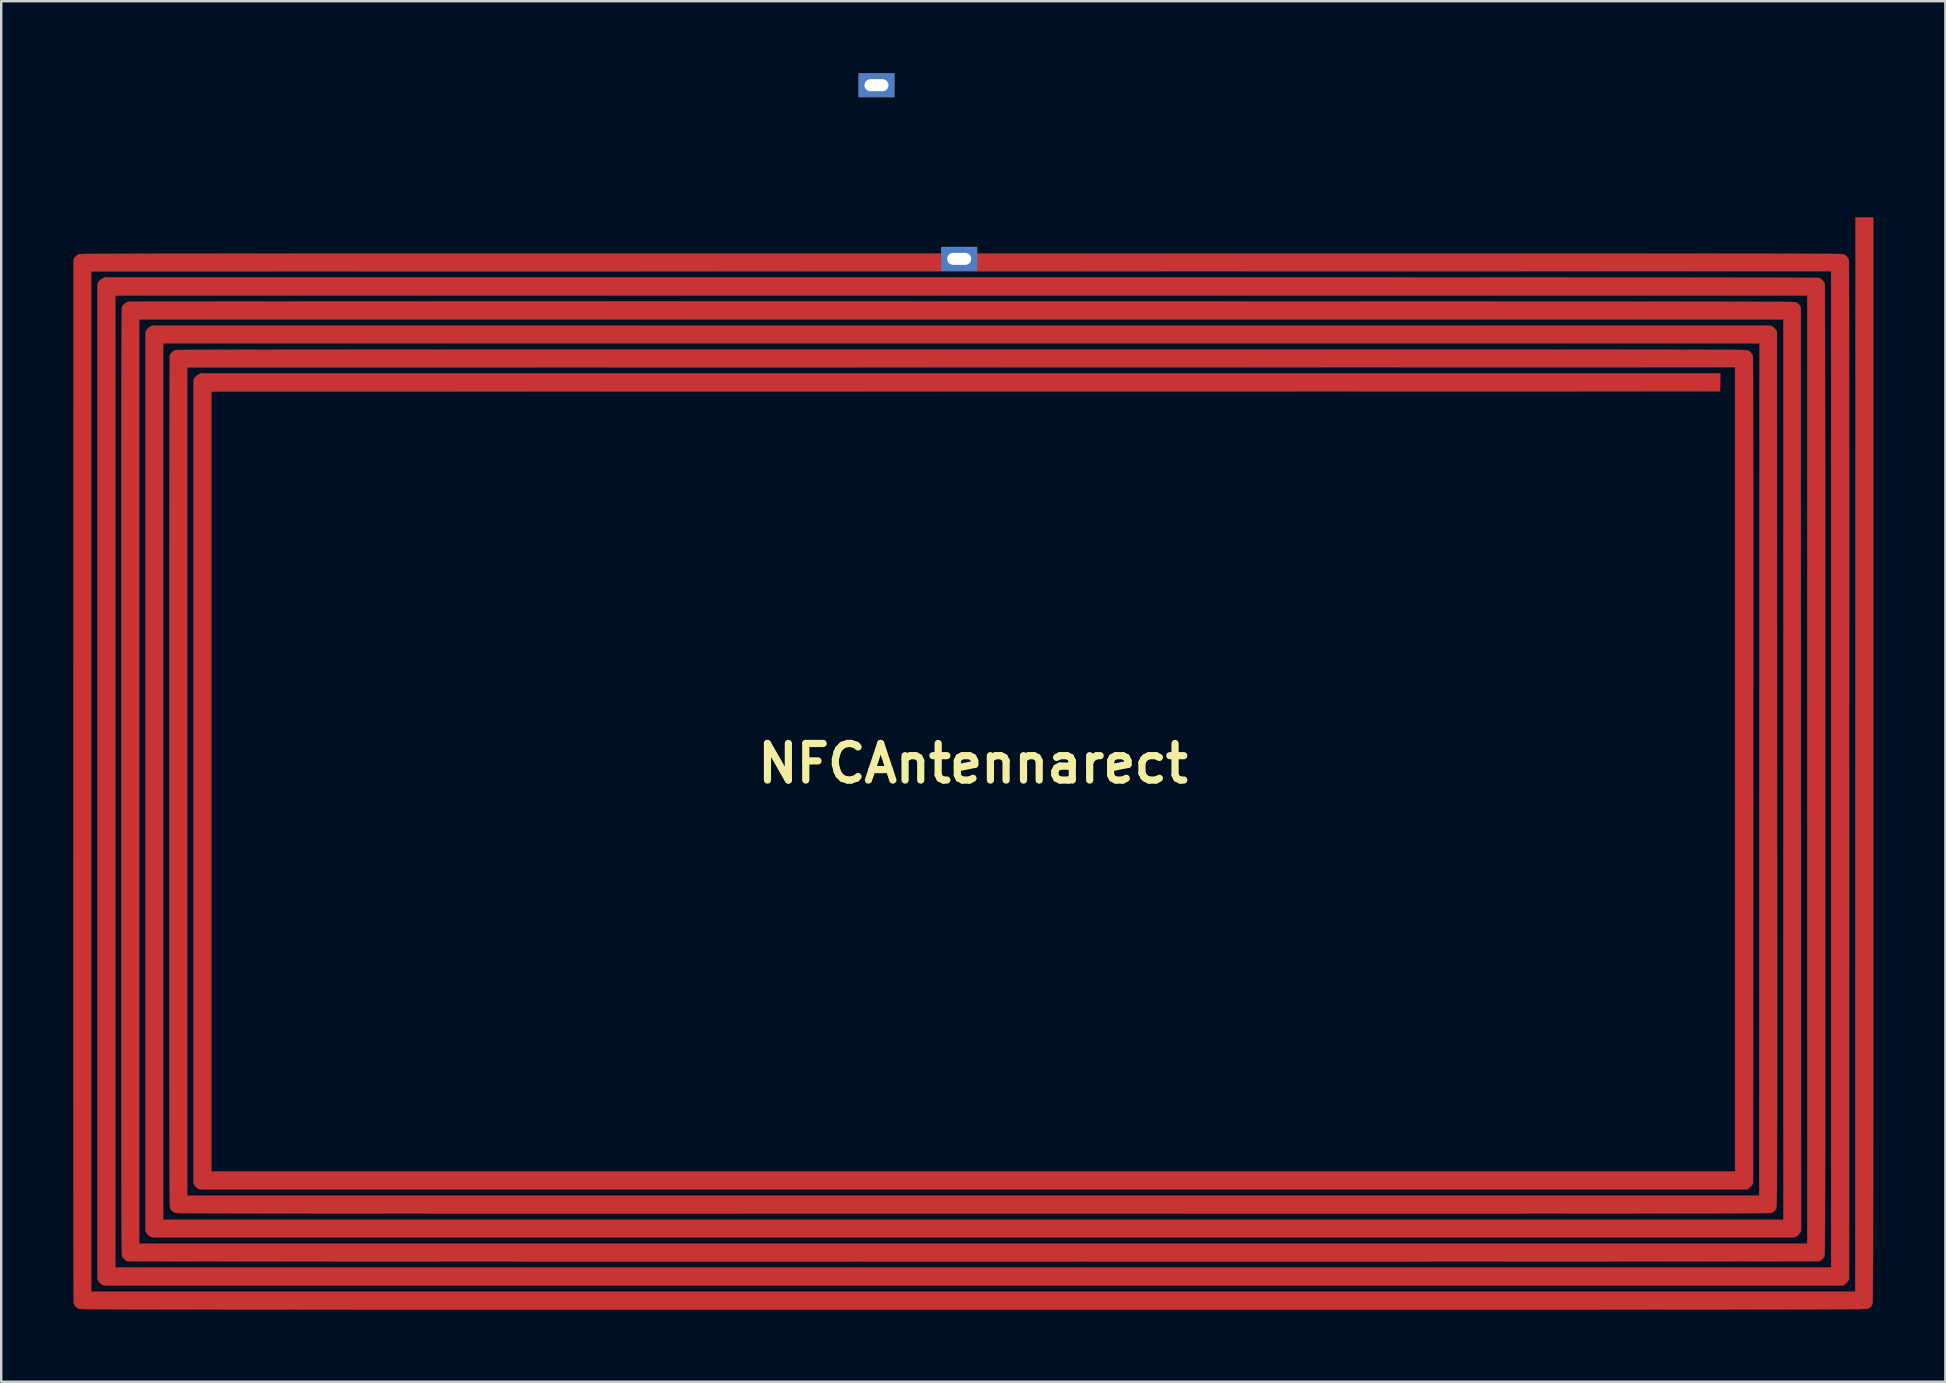
<source format=kicad_pcb>
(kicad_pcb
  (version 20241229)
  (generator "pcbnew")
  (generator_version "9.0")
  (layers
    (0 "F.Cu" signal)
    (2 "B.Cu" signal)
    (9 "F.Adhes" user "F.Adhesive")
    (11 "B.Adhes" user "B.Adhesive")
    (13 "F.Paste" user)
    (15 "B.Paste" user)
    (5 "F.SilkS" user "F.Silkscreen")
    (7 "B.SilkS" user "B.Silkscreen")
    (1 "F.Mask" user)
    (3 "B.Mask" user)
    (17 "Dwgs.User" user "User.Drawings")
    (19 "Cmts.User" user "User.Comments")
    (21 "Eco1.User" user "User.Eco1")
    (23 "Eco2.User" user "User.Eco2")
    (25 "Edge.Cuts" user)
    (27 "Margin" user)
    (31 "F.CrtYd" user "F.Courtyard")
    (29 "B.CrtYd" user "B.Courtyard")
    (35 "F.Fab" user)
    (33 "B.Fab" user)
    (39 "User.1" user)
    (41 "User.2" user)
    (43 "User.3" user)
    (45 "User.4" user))
  (footprint "NFCAntennarect"
    (layer "F.Cu")
    (at 37.488 28.76)
    (property "Reference" "NFCAntennarect" (at 0 0 0) (layer "F.SilkS") (effects (font (size 1.524 1.524) (thickness 0.3))))
    (attr through_hole)
    (fp_poly (pts (xy 37.507 -0.158) (xy 37.507 1.027) (xy 37.507 2.17) (xy 37.507 3.273) (xy 37.507 4.335) (xy 37.507 5.358) (xy 37.507 6.342) (xy 37.507 7.288) (xy 37.507 8.198) (xy 37.507 9.07) (xy 37.507 9.907) (xy 37.507 10.709) (xy 37.506 11.477) (xy 37.506 12.211) (xy 37.506 12.912) (xy 37.506 13.582) (xy 37.506 14.22) (xy 37.505 14.827) (xy 37.505 15.405) (xy 37.505 15.953) (xy 37.504 16.473) (xy 37.504 16.965) (xy 37.504 17.431) (xy 37.503 17.87) (xy 37.503 18.284) (xy 37.502 18.673) (xy 37.502 19.038) (xy 37.501 19.38) (xy 37.5 19.699) (xy 37.5 19.997) (xy 37.499 20.273) (xy 37.498 20.53) (xy 37.498 20.766) (xy 37.497 20.984) (xy 37.496 21.184) (xy 37.495 21.366) (xy 37.494 21.531) (xy 37.493 21.681) (xy 37.492 21.816) (xy 37.491 21.936) (xy 37.49 22.042) (xy 37.489 22.136) (xy 37.487 22.217) (xy 37.486 22.286) (xy 37.485 22.345) (xy 37.483 22.394) (xy 37.482 22.434) (xy 37.48 22.465) (xy 37.479 22.488) (xy 37.477 22.504) (xy 37.476 22.513) (xy 37.475 22.516) (xy 37.426 22.607) (xy 37.362 22.671) (xy 37.285 22.714) (xy 37.281 22.716) (xy 37.275 22.717) (xy 37.266 22.719) (xy 37.255 22.72) (xy 37.239 22.722) (xy 37.22 22.723) (xy 37.196 22.725) (xy 37.166 22.726) (xy 37.13 22.727) (xy 37.088 22.728) (xy 37.039 22.729) (xy 36.982 22.731) (xy 36.917 22.732) (xy 36.842 22.733) (xy 36.759 22.734) (xy 36.665 22.735) (xy 36.561 22.736) (xy 36.445 22.737) (xy 36.318 22.738) (xy 36.178 22.738) (xy 36.025 22.739) (xy 35.859 22.74) (xy 35.679 22.741) (xy 35.484 22.742) (xy 35.273 22.742) (xy 35.047 22.743) (xy 34.804 22.744) (xy 34.545 22.744) (xy 34.267 22.745) (xy 33.972 22.745) (xy 33.657 22.746) (xy 33.323 22.746) (xy 32.97 22.747) (xy 32.595 22.747) (xy 32.2 22.748) (xy 31.783 22.748) (xy 31.343 22.749) (xy 30.881 22.749) (xy 30.395 22.749) (xy 29.885 22.75) (xy 29.351 22.75) (xy 28.791 22.75) (xy 28.205 22.751) (xy 27.593 22.751) (xy 26.954 22.751) (xy 26.288 22.751) (xy 25.593 22.752) (xy 24.87 22.752) (xy 24.117 22.752) (xy 23.335 22.752) (xy 22.522 22.752) (xy 21.678 22.752) (xy 20.802 22.752) (xy 19.894 22.753) (xy 18.954 22.753) (xy 17.979 22.753) (xy 16.971 22.753) (xy 15.929 22.753) (xy 14.851 22.753) (xy 13.737 22.753) (xy 12.588 22.753) (xy 11.401 22.753) (xy 10.177 22.753) (xy 8.915 22.753) (xy 7.614 22.753) (xy 6.274 22.753) (xy 4.894 22.753) (xy 3.473 22.753) (xy 2.012 22.753) (xy 0.509 22.753) (xy 0.011 22.753) (xy -1.506 22.753) (xy -2.98 22.753) (xy -4.414 22.753) (xy -5.807 22.753) (xy -7.159 22.753) (xy -8.473 22.753) (xy -9.748 22.753) (xy -10.984 22.753) (xy -12.183 22.753) (xy -13.344 22.753) (xy -14.469 22.753) (xy -15.559 22.753) (xy -16.612 22.753) (xy -17.632 22.753) (xy -18.617 22.753) (xy -19.568 22.753) (xy -20.486 22.753) (xy -21.372 22.752) (xy -22.226 22.752) (xy -23.049 22.752) (xy -23.842 22.752) (xy -24.604 22.752) (xy -25.337 22.752) (xy -26.04 22.751) (xy -26.716 22.751) (xy -27.364 22.751) (xy -27.984 22.751) (xy -28.578 22.75) (xy -29.146 22.75) (xy -29.689 22.75) (xy -30.207 22.75) (xy -30.7 22.749) (xy -31.17 22.749) (xy -31.617 22.748) (xy -32.041 22.748) (xy -32.444 22.748) (xy -32.825 22.747) (xy -33.185 22.747) (xy -33.525 22.746) (xy -33.846 22.746) (xy -34.148 22.745) (xy -34.431 22.744) (xy -34.697 22.744) (xy -34.945 22.743) (xy -35.176 22.743) (xy -35.392 22.742) (xy -35.592 22.741) (xy -35.777 22.74) (xy -35.948 22.74) (xy -36.105 22.739) (xy -36.249 22.738) (xy -36.381 22.737) (xy -36.5 22.736) (xy -36.608 22.735) (xy -36.705 22.734) (xy -36.792 22.733) (xy -36.87 22.732) (xy -36.938 22.731) (xy -36.998 22.73) (xy -37.05 22.729) (xy -37.094 22.728) (xy -37.132 22.726) (xy -37.164 22.725) (xy -37.19 22.724) (xy -37.211 22.722) (xy -37.228 22.721) (xy -37.241 22.72) (xy -37.251 22.718) (xy -37.258 22.716) (xy -37.263 22.715) (xy -37.266 22.714) (xy -37.368 22.646) (xy -37.44 22.549) (xy -37.466 22.481) (xy -37.467 22.46) (xy -37.468 22.403) (xy -37.47 22.312) (xy -37.471 22.185) (xy -37.472 22.024) (xy -37.473 21.826) (xy -37.474 21.593) (xy -37.475 21.324) (xy -37.476 21.019) (xy -37.477 20.677) (xy -37.477 20.299) (xy -37.478 19.883) (xy -37.479 19.431) (xy -37.479 18.941) (xy -37.48 18.413) (xy -37.481 17.848) (xy -37.481 17.244) (xy -37.481 16.602) (xy -37.482 15.922) (xy -37.482 15.203) (xy -37.482 14.444) (xy -37.483 13.647) (xy -37.483 12.81) (xy -37.483 11.933) (xy -37.483 11.016) (xy -37.483 10.059) (xy -37.483 9.062) (xy -37.483 8.023) (xy -37.483 6.945) (xy -37.483 5.824) (xy -37.483 4.663) (xy -37.482 3.46) (xy -37.482 2.215) (xy -37.482 0.928) (xy -37.482 0.695) (xy -37.476 -21.015) (xy -37.411 -21.096) (xy -37.355 -21.154) (xy -37.293 -21.203) (xy -37.273 -21.214) (xy -37.269 -21.216) (xy -37.262 -21.217) (xy -37.251 -21.219) (xy -37.237 -21.22) (xy -37.218 -21.221) (xy -37.194 -21.223) (xy -37.164 -21.224) (xy -37.128 -21.225) (xy -37.085 -21.226) (xy -37.034 -21.228) (xy -36.975 -21.229) (xy -36.908 -21.23) (xy -36.832 -21.231) (xy -36.745 -21.232) (xy -36.648 -21.233) (xy -36.541 -21.234) (xy -36.421 -21.235) (xy -36.29 -21.236) (xy -36.145 -21.237) (xy -35.987 -21.237) (xy -35.816 -21.238) (xy -35.63 -21.239) (xy -35.428 -21.24) (xy -35.211 -21.24) (xy -34.978 -21.241) (xy -34.728 -21.242) (xy -34.461 -21.242) (xy -34.175 -21.243) (xy -33.871 -21.243) (xy -33.547 -21.244) (xy -33.204 -21.244) (xy -32.841 -21.245) (xy -32.456 -21.245) (xy -32.05 -21.246) (xy -31.622 -21.246) (xy -31.171 -21.247) (xy -30.697 -21.247) (xy -30.199 -21.247) (xy -29.676 -21.248) (xy -29.128 -21.248) (xy -28.555 -21.248) (xy -27.956 -21.249) (xy -27.329 -21.249) (xy -26.675 -21.249) (xy -25.994 -21.249) (xy -25.283 -21.25) (xy -24.544 -21.25) (xy -23.775 -21.25) (xy -22.975 -21.25) (xy -22.145 -21.25) (xy -21.283 -21.25) (xy -20.389 -21.251) (xy -19.462 -21.251) (xy -18.502 -21.251) (xy -17.508 -21.251) (xy -16.48 -21.251) (xy -15.417 -21.251) (xy -14.318 -21.251) (xy -13.183 -21.251) (xy -12.011 -21.251) (xy -10.802 -21.251) (xy -9.554 -21.251) (xy -8.269 -21.251) (xy -6.944 -21.251) (xy -5.579 -21.251) (xy -4.175 -21.251) (xy -2.729 -21.251) (xy -1.242 -21.251) (xy -0.491 -21.251) (xy 1.014 -21.251) (xy 2.478 -21.251) (xy 3.901 -21.251) (xy 5.284 -21.251) (xy 6.626 -21.251) (xy 7.929 -21.251) (xy 9.193 -21.251) (xy 10.419 -21.251) (xy 11.607 -21.251) (xy 12.758 -21.251) (xy 13.873 -21.251) (xy 14.952 -21.251) (xy 15.995 -21.251) (xy 17.004 -21.251) (xy 17.979 -21.251) (xy 18.921 -21.251) (xy 19.829 -21.251) (xy 20.705 -21.251) (xy 21.549 -21.251) (xy 22.362 -21.25) (xy 23.145 -21.25) (xy 23.898 -21.25) (xy 24.621 -21.25) (xy 25.315 -21.25) (xy 25.981 -21.249) (xy 26.62 -21.249) (xy 27.232 -21.249) (xy 27.817 -21.249) (xy 28.376 -21.248) (xy 28.91 -21.248) (xy 29.419 -21.248) (xy 29.904 -21.248) (xy 30.366 -21.247) (xy 30.805 -21.247) (xy 31.221 -21.246) (xy 31.616 -21.246) (xy 31.989 -21.245) (xy 32.342 -21.245) (xy 32.675 -21.245) (xy 32.988 -21.244) (xy 33.283 -21.243) (xy 33.56 -21.243) (xy 33.818 -21.242) (xy 34.06 -21.242) (xy 34.286 -21.241) (xy 34.495 -21.24) (xy 34.689 -21.239) (xy 34.869 -21.239) (xy 35.034 -21.238) (xy 35.186 -21.237) (xy 35.325 -21.236) (xy 35.452 -21.235) (xy 35.567 -21.234) (xy 35.671 -21.233) (xy 35.764 -21.232) (xy 35.847 -21.231) (xy 35.921 -21.23) (xy 35.986 -21.229) (xy 36.043 -21.228) (xy 36.092 -21.227) (xy 36.134 -21.226) (xy 36.17 -21.224) (xy 36.199 -21.223) (xy 36.224 -21.222) (xy 36.244 -21.22) (xy 36.259 -21.219) (xy 36.272 -21.217) (xy 36.281 -21.216) (xy 36.288 -21.214) (xy 36.293 -21.212) (xy 36.297 -21.211) (xy 36.3 -21.21) (xy 36.401 -21.136) (xy 36.469 -21.038) (xy 36.491 -20.976) (xy 36.493 -20.95) (xy 36.494 -20.883) (xy 36.495 -20.773) (xy 36.496 -20.621) (xy 36.497 -20.428) (xy 36.498 -20.192) (xy 36.499 -19.915) (xy 36.5 -19.595) (xy 36.501 -19.234) (xy 36.502 -18.83) (xy 36.503 -18.385) (xy 36.504 -17.897) (xy 36.504 -17.368) (xy 36.505 -16.796) (xy 36.505 -16.183) (xy 36.506 -15.527) (xy 36.506 -14.829) (xy 36.507 -14.089) (xy 36.507 -13.307) (xy 36.508 -12.483) (xy 36.508 -11.616) (xy 36.508 -10.708) (xy 36.508 -9.757) (xy 36.508 -8.764) (xy 36.508 -7.729) (xy 36.508 -6.652) (xy 36.508 -5.532) (xy 36.508 -4.37) (xy 36.508 -3.166) (xy 36.508 -1.919) (xy 36.507 -0.63) (xy 36.507 0.299) (xy 36.502 21.495) (xy 36.453 21.573) (xy 36.401 21.637) (xy 36.337 21.693) (xy 36.326 21.7) (xy 36.248 21.749) (xy -36.227 21.749) (xy -36.305 21.7) (xy -36.369 21.648) (xy -36.425 21.584) (xy -36.432 21.573) (xy -36.481 21.495) (xy -36.481 -19.995) (xy -36.424 -20.081) (xy -36.353 -20.159) (xy -36.274 -20.212) (xy -36.182 -20.256) (xy -0.507 -20.256) (xy 1.193 -20.256) (xy 2.851 -20.256) (xy 4.466 -20.256) (xy 6.039 -20.256) (xy 7.57 -20.256) (xy 9.059 -20.256) (xy 10.506 -20.256) (xy 11.912 -20.256) (xy 13.275 -20.255) (xy 14.597 -20.255) (xy 15.877 -20.255) (xy 17.115 -20.255) (xy 18.312 -20.254) (xy 19.468 -20.254) (xy 20.582 -20.254) (xy 21.654 -20.253) (xy 22.686 -20.253) (xy 23.676 -20.252) (xy 24.625 -20.252) (xy 25.533 -20.251) (xy 26.4 -20.251) (xy 27.226 -20.25) (xy 28.011 -20.25) (xy 28.755 -20.249) (xy 29.458 -20.249) (xy 30.121 -20.248) (xy 30.743 -20.247) (xy 31.325 -20.247) (xy 31.866 -20.246) (xy 32.367 -20.245) (xy 32.827 -20.245) (xy 33.247 -20.244) (xy 33.627 -20.243) (xy 33.967 -20.242) (xy 34.266 -20.241) (xy 34.526 -20.24) (xy 34.745 -20.24) (xy 34.925 -20.239) (xy 35.065 -20.238) (xy 35.165 -20.237) (xy 35.225 -20.236) (xy 35.246 -20.235) (xy 35.316 -20.2) (xy 35.389 -20.138) (xy 35.451 -20.065) (xy 35.489 -19.993) (xy 35.491 -19.987) (xy 35.491 -19.963) (xy 35.492 -19.898) (xy 35.493 -19.793) (xy 35.494 -19.648) (xy 35.494 -19.464) (xy 35.495 -19.242) (xy 35.496 -18.984) (xy 35.496 -18.689) (xy 35.497 -18.36) (xy 35.498 -17.997) (xy 35.498 -17.601) (xy 35.499 -17.172) (xy 35.5 -16.712) (xy 35.5 -16.222) (xy 35.501 -15.702) (xy 35.501 -15.154) (xy 35.502 -14.578) (xy 35.502 -13.976) (xy 35.503 -13.347) (xy 35.503 -12.694) (xy 35.504 -12.017) (xy 35.504 -11.317) (xy 35.504 -10.595) (xy 35.505 -9.852) (xy 35.505 -9.088) (xy 35.506 -8.306) (xy 35.506 -7.504) (xy 35.506 -6.686) (xy 35.506 -5.851) (xy 35.507 -5) (xy 35.507 -4.134) (xy 35.507 -3.255) (xy 35.507 -2.363) (xy 35.507 -1.459) (xy 35.507 -0.543) (xy 35.507 0.275) (xy 35.507 1.389) (xy 35.507 2.461) (xy 35.507 3.493) (xy 35.507 4.485) (xy 35.507 5.437) (xy 35.507 6.351) (xy 35.507 7.227) (xy 35.507 8.067) (xy 35.507 8.871) (xy 35.507 9.639) (xy 35.506 10.373) (xy 35.506 11.073) (xy 35.506 11.741) (xy 35.506 12.376) (xy 35.506 12.98) (xy 35.505 13.554) (xy 35.505 14.098) (xy 35.505 14.612) (xy 35.505 15.099) (xy 35.504 15.559) (xy 35.504 15.992) (xy 35.503 16.399) (xy 35.503 16.781) (xy 35.502 17.139) (xy 35.502 17.474) (xy 35.501 17.786) (xy 35.501 18.076) (xy 35.5 18.345) (xy 35.499 18.594) (xy 35.499 18.823) (xy 35.498 19.034) (xy 35.497 19.227) (xy 35.496 19.403) (xy 35.495 19.562) (xy 35.494 19.707) (xy 35.493 19.836) (xy 35.492 19.951) (xy 35.491 20.054) (xy 35.489 20.144) (xy 35.488 20.222) (xy 35.487 20.29) (xy 35.485 20.347) (xy 35.484 20.396) (xy 35.482 20.436) (xy 35.481 20.468) (xy 35.479 20.494) (xy 35.477 20.513) (xy 35.475 20.528) (xy 35.473 20.537) (xy 35.471 20.544) (xy 35.471 20.545) (xy 35.415 20.621) (xy 35.341 20.687) (xy 35.265 20.732) (xy 35.246 20.738) (xy 35.223 20.739) (xy 35.158 20.739) (xy 35.053 20.74) (xy 34.908 20.74) (xy 34.724 20.741) (xy 34.501 20.742) (xy 34.242 20.742) (xy 33.946 20.743) (xy 33.615 20.743) (xy 33.249 20.744) (xy 32.849 20.744) (xy 32.416 20.745) (xy 31.951 20.745) (xy 31.454 20.746) (xy 30.928 20.746) (xy 30.371 20.746) (xy 29.786 20.747) (xy 29.173 20.747) (xy 28.533 20.748) (xy 27.866 20.748) (xy 27.175 20.748) (xy 26.458 20.749) (xy 25.718 20.749) (xy 24.956 20.749) (xy 24.171 20.75) (xy 23.365 20.75) (xy 22.539 20.75) (xy 21.694 20.751) (xy 20.83 20.751) (xy 19.948 20.751) (xy 19.049 20.751) (xy 18.134 20.752) (xy 17.204 20.752) (xy 16.26 20.752) (xy 15.302 20.752) (xy 14.332 20.752) (xy 13.35 20.753) (xy 12.357 20.753) (xy 11.354 20.753) (xy 10.341 20.753) (xy 9.32 20.753) (xy 8.292 20.753) (xy 7.257 20.753) (xy 6.216 20.753) (xy 5.17 20.753) (xy 4.12 20.754) (xy 3.067 20.754) (xy 2.011 20.754) (xy 0.954 20.754) (xy -0.104 20.754) (xy -1.162 20.754) (xy -2.22 20.754) (xy -3.275 20.754) (xy -4.328 20.754) (xy -5.377 20.753) (xy -6.422 20.753) (xy -7.461 20.753) (xy -8.495 20.753) (xy -9.522 20.753) (xy -10.541 20.753) (xy -11.551 20.753) (xy -12.552 20.753) (xy -13.543 20.753) (xy -14.523 20.752) (xy -15.491 20.752) (xy -16.445 20.752) (xy -17.387 20.752) (xy -18.313 20.752) (xy -19.225 20.751) (xy -20.12 20.751) (xy -20.998 20.751) (xy -21.858 20.751) (xy -22.699 20.75) (xy -23.521 20.75) (xy -24.322 20.75) (xy -25.102 20.749) (xy -25.86 20.749) (xy -26.595 20.749) (xy -27.306 20.748) (xy -27.992 20.748) (xy -28.653 20.748) (xy -29.287 20.747) (xy -29.894 20.747) (xy -30.473 20.746) (xy -31.023 20.746) (xy -31.544 20.745) (xy -32.033 20.745) (xy -32.492 20.745) (xy -32.917 20.744) (xy -33.31 20.744) (xy -33.669 20.743) (xy -33.992 20.743) (xy -34.28 20.742) (xy -34.532 20.741) (xy -34.746 20.741) (xy -34.921 20.74) (xy -35.058 20.74) (xy -35.155 20.739) (xy -35.21 20.739) (xy -35.225 20.738) (xy -35.3 20.701) (xy -35.376 20.639) (xy -35.438 20.565) (xy -35.45 20.545) (xy -35.452 20.54) (xy -35.454 20.531) (xy -35.455 20.518) (xy -35.457 20.501) (xy -35.459 20.477) (xy -35.461 20.447) (xy -35.462 20.409) (xy -35.464 20.363) (xy -35.465 20.308) (xy -35.467 20.243) (xy -35.468 20.168) (xy -35.469 20.081) (xy -35.47 19.983) (xy -35.472 19.871) (xy -35.473 19.745) (xy -35.474 19.605) (xy -35.475 19.449) (xy -35.476 19.277) (xy -35.476 19.088) (xy -35.477 18.882) (xy -35.478 18.656) (xy -35.479 18.412) (xy -35.479 18.147) (xy -35.48 17.861) (xy -35.481 17.554) (xy -35.481 17.224) (xy -35.482 16.87) (xy -35.482 16.492) (xy -35.483 16.09) (xy -35.483 15.661) (xy -35.483 15.206) (xy -35.484 14.724) (xy -35.484 14.213) (xy -35.484 13.674) (xy -35.485 13.104) (xy -35.485 12.504) (xy -35.485 11.873) (xy -35.485 11.21) (xy -35.485 10.513) (xy -35.485 9.783) (xy -35.486 9.018) (xy -35.486 8.218) (xy -35.486 7.382) (xy -35.486 6.509) (xy -35.486 5.598) (xy -35.486 4.648) (xy -35.486 3.66) (xy -35.486 2.631) (xy -35.486 1.561) (xy -35.486 0.751) (xy -35.486 -0.349) (xy -35.486 -1.408) (xy -35.486 -2.426) (xy -35.486 -3.404) (xy -35.486 -4.343) (xy -35.486 -5.244) (xy -35.486 -6.107) (xy -35.486 -6.934) (xy -35.486 -7.724) (xy -35.485 -8.48) (xy -35.485 -9.201) (xy -35.485 -9.888) (xy -35.485 -10.543) (xy -35.485 -11.166) (xy -35.485 -11.757) (xy -35.484 -12.318) (xy -35.484 -12.85) (xy -35.484 -13.353) (xy -35.483 -13.828) (xy -35.483 -14.276) (xy -35.483 -14.697) (xy -35.482 -15.093) (xy -35.482 -15.464) (xy -35.481 -15.812) (xy -35.481 -16.136) (xy -35.48 -16.437) (xy -35.479 -16.717) (xy -35.479 -16.977) (xy -35.478 -17.216) (xy -35.477 -17.436) (xy -35.476 -17.638) (xy -35.475 -17.822) (xy -35.474 -17.99) (xy -35.473 -18.141) (xy -35.472 -18.277) (xy -35.471 -18.399) (xy -35.47 -18.508) (xy -35.469 -18.603) (xy -35.468 -18.687) (xy -35.466 -18.759) (xy -35.465 -18.821) (xy -35.463 -18.873) (xy -35.462 -18.917) (xy -35.46 -18.953) (xy -35.459 -18.981) (xy -35.457 -19.003) (xy -35.455 -19.019) (xy -35.453 -19.031) (xy -35.451 -19.039) (xy -35.45 -19.042) (xy -35.379 -19.134) (xy -35.284 -19.206) (xy -35.202 -19.24) (xy -35.18 -19.241) (xy -35.121 -19.242) (xy -35.025 -19.243) (xy -34.892 -19.244) (xy -34.722 -19.245) (xy -34.515 -19.246) (xy -34.27 -19.247) (xy -33.988 -19.247) (xy -33.668 -19.248) (xy -33.31 -19.249) (xy -32.914 -19.25) (xy -32.48 -19.25) (xy -32.008 -19.251) (xy -31.497 -19.252) (xy -30.948 -19.252) (xy -30.36 -19.253) (xy -29.734 -19.253) (xy -29.069 -19.254) (xy -28.364 -19.254) (xy -27.621 -19.255) (xy -26.838 -19.255) (xy -26.015 -19.255) (xy -25.153 -19.256) (xy -24.252 -19.256) (xy -23.31 -19.256) (xy -22.329 -19.257) (xy -21.307 -19.257) (xy -20.245 -19.257) (xy -19.143 -19.257) (xy -18 -19.257) (xy -16.816 -19.257) (xy -15.592 -19.257) (xy -14.327 -19.258) (xy -13.021 -19.258) (xy -11.673 -19.257) (xy -10.284 -19.257) (xy -8.854 -19.257) (xy -7.382 -19.257) (xy -5.868 -19.257) (xy -4.313 -19.257) (xy -2.715 -19.257) (xy -1.076 -19.256) (xy -0.442 -19.256) (xy 1.023 -19.256) (xy 2.446 -19.256) (xy 3.828 -19.256) (xy 5.17 -19.256) (xy 6.471 -19.255) (xy 7.734 -19.255) (xy 8.957 -19.255) (xy 10.143 -19.255) (xy 11.291 -19.254) (xy 12.402 -19.254) (xy 13.477 -19.254) (xy 14.516 -19.254) (xy 15.52 -19.254) (xy 16.489 -19.253) (xy 17.425 -19.253) (xy 18.327 -19.253) (xy 19.196 -19.253) (xy 20.034 -19.252) (xy 20.84 -19.252) (xy 21.615 -19.252) (xy 22.36 -19.251) (xy 23.075 -19.251) (xy 23.761 -19.251) (xy 24.419 -19.25) (xy 25.048 -19.25) (xy 25.651 -19.25) (xy 26.227 -19.249) (xy 26.776 -19.249) (xy 27.3 -19.249) (xy 27.8 -19.248) (xy 28.275 -19.248) (xy 28.726 -19.247) (xy 29.155 -19.247) (xy 29.561 -19.246) (xy 29.945 -19.246) (xy 30.308 -19.245) (xy 30.65 -19.245) (xy 30.972 -19.244) (xy 31.275 -19.243) (xy 31.559 -19.243) (xy 31.824 -19.242) (xy 32.073 -19.241) (xy 32.304 -19.241) (xy 32.518 -19.24) (xy 32.717 -19.239) (xy 32.9 -19.238) (xy 33.069 -19.237) (xy 33.224 -19.237) (xy 33.366 -19.236) (xy 33.494 -19.235) (xy 33.611 -19.234) (xy 33.716 -19.233) (xy 33.81 -19.232) (xy 33.893 -19.231) (xy 33.967 -19.23) (xy 34.031 -19.228) (xy 34.087 -19.227) (xy 34.135 -19.226) (xy 34.176 -19.225) (xy 34.209 -19.224) (xy 34.237 -19.222) (xy 34.259 -19.221) (xy 34.276 -19.219) (xy 34.288 -19.218) (xy 34.297 -19.216) (xy 34.303 -19.215) (xy 34.305 -19.214) (xy 34.361 -19.173) (xy 34.418 -19.116) (xy 34.432 -19.099) (xy 34.491 -19.022) (xy 34.502 19.478) (xy 34.454 19.562) (xy 34.403 19.63) (xy 34.335 19.688) (xy 34.32 19.698) (xy 34.233 19.748) (xy -34.192 19.748) (xy -34.284 19.704) (xy -34.379 19.635) (xy -34.428 19.57) (xy -34.48 19.48) (xy -34.48 0.75) (xy -34.48 -17.981) (xy -34.432 -18.065) (xy -34.379 -18.134) (xy -34.311 -18.191) (xy -34.3 -18.197) (xy -34.216 -18.245) (xy 33.236 -18.246) (xy 33.314 -18.202) (xy 33.377 -18.155) (xy 33.435 -18.094) (xy 33.444 -18.082) (xy 33.496 -18.005) (xy 33.502 0.227) (xy 33.502 1.282) (xy 33.502 2.296) (xy 33.502 3.269) (xy 33.503 4.202) (xy 33.503 5.096) (xy 33.503 5.952) (xy 33.503 6.771) (xy 33.504 7.554) (xy 33.504 8.3) (xy 33.504 9.012) (xy 33.504 9.69) (xy 33.504 10.335) (xy 33.504 10.947) (xy 33.504 11.528) (xy 33.504 12.078) (xy 33.504 12.599) (xy 33.504 13.091) (xy 33.503 13.554) (xy 33.503 13.99) (xy 33.503 14.4) (xy 33.503 14.784) (xy 33.502 15.143) (xy 33.502 15.479) (xy 33.501 15.791) (xy 33.501 16.081) (xy 33.5 16.35) (xy 33.5 16.598) (xy 33.499 16.826) (xy 33.498 17.035) (xy 33.497 17.226) (xy 33.497 17.4) (xy 33.496 17.558) (xy 33.495 17.7) (xy 33.494 17.827) (xy 33.492 17.94) (xy 33.491 18.04) (xy 33.49 18.128) (xy 33.489 18.205) (xy 33.487 18.271) (xy 33.486 18.327) (xy 33.484 18.375) (xy 33.483 18.414) (xy 33.481 18.446) (xy 33.479 18.472) (xy 33.477 18.492) (xy 33.475 18.507) (xy 33.473 18.519) (xy 33.471 18.527) (xy 33.469 18.534) (xy 33.467 18.537) (xy 33.41 18.625) (xy 33.339 18.686) (xy 33.269 18.721) (xy 33.262 18.723) (xy 33.25 18.724) (xy 33.232 18.725) (xy 33.206 18.727) (xy 33.173 18.728) (xy 33.131 18.729) (xy 33.08 18.73) (xy 33.02 18.731) (xy 32.95 18.732) (xy 32.869 18.733) (xy 32.776 18.734) (xy 32.672 18.735) (xy 32.555 18.736) (xy 32.425 18.737) (xy 32.281 18.738) (xy 32.123 18.739) (xy 31.95 18.74) (xy 31.761 18.741) (xy 31.556 18.742) (xy 31.334 18.742) (xy 31.095 18.743) (xy 30.838 18.744) (xy 30.562 18.744) (xy 30.267 18.745) (xy 29.952 18.746) (xy 29.617 18.746) (xy 29.261 18.747) (xy 28.883 18.747) (xy 28.483 18.748) (xy 28.06 18.748) (xy 27.613 18.749) (xy 27.143 18.749) (xy 26.648 18.749) (xy 26.127 18.75) (xy 25.581 18.75) (xy 25.008 18.75) (xy 24.408 18.751) (xy 23.781 18.751) (xy 23.125 18.751) (xy 22.44 18.752) (xy 21.726 18.752) (xy 20.982 18.752) (xy 20.207 18.752) (xy 19.401 18.752) (xy 18.562 18.753) (xy 17.692 18.753) (xy 16.788 18.753) (xy 15.85 18.753) (xy 14.878 18.753) (xy 13.871 18.753) (xy 12.829 18.753) (xy 11.75 18.753) (xy 10.635 18.753) (xy 9.482 18.753) (xy 8.291 18.754) (xy 7.062 18.754) (xy 5.794 18.754) (xy 4.485 18.754) (xy 3.137 18.754) (xy 1.747 18.754) (xy 0.316 18.754) (xy 0.011 18.754) (xy -1.429 18.754) (xy -2.828 18.754) (xy -4.185 18.754) (xy -5.502 18.754) (xy -6.778 18.754) (xy -8.016 18.754) (xy -9.215 18.754) (xy -10.375 18.753) (xy -11.498 18.753) (xy -12.585 18.753) (xy -13.635 18.753) (xy -14.649 18.753) (xy -15.628 18.753) (xy -16.573 18.753) (xy -17.484 18.753) (xy -18.362 18.753) (xy -19.207 18.752) (xy -20.019 18.752) (xy -20.801 18.752) (xy -21.552 18.752) (xy -22.272 18.752) (xy -22.963 18.751) (xy -23.625 18.751) (xy -24.258 18.751) (xy -24.864 18.75) (xy -25.442 18.75) (xy -25.994 18.75) (xy -26.52 18.749) (xy -27.02 18.749) (xy -27.496 18.749) (xy -27.947 18.748) (xy -28.375 18.748) (xy -28.78 18.747) (xy -29.162 18.747) (xy -29.523 18.746) (xy -29.862 18.746) (xy -30.181 18.745) (xy -30.481 18.744) (xy -30.76 18.744) (xy -31.021 18.743) (xy -31.264 18.742) (xy -31.49 18.742) (xy -31.698 18.741) (xy -31.89 18.74) (xy -32.067 18.739) (xy -32.228 18.738) (xy -32.375 18.738) (xy -32.508 18.737) (xy -32.627 18.736) (xy -32.734 18.735) (xy -32.829 18.734) (xy -32.912 18.733) (xy -32.985 18.732) (xy -33.047 18.73) (xy -33.1 18.729) (xy -33.143 18.728) (xy -33.179 18.727) (xy -33.206 18.726) (xy -33.226 18.724) (xy -33.239 18.723) (xy -33.247 18.721) (xy -33.247 18.721) (xy -33.34 18.671) (xy -33.405 18.605) (xy -33.446 18.538) (xy -33.448 18.532) (xy -33.45 18.526) (xy -33.452 18.516) (xy -33.454 18.504) (xy -33.456 18.487) (xy -33.458 18.465) (xy -33.46 18.438) (xy -33.462 18.404) (xy -33.464 18.362) (xy -33.465 18.312) (xy -33.467 18.253) (xy -33.468 18.183) (xy -33.469 18.103) (xy -33.471 18.011) (xy -33.472 17.906) (xy -33.473 17.788) (xy -33.474 17.655) (xy -33.475 17.508) (xy -33.476 17.344) (xy -33.477 17.163) (xy -33.478 16.965) (xy -33.479 16.748) (xy -33.479 16.512) (xy -33.48 16.256) (xy -33.481 15.978) (xy -33.481 15.679) (xy -33.482 15.356) (xy -33.482 15.01) (xy -33.483 14.64) (xy -33.483 14.244) (xy -33.483 13.822) (xy -33.484 13.373) (xy -33.484 12.896) (xy -33.484 12.39) (xy -33.485 11.855) (xy -33.485 11.289) (xy -33.485 10.692) (xy -33.485 10.063) (xy -33.485 9.401) (xy -33.485 8.705) (xy -33.485 7.974) (xy -33.486 7.208) (xy -33.486 6.406) (xy -33.486 5.566) (xy -33.486 4.688) (xy -33.486 3.771) (xy -33.486 2.815) (xy -33.486 1.818) (xy -33.486 0.779) (xy -33.486 0.754) (xy -33.486 -0.396) (xy -33.486 -1.503) (xy -33.485 -2.569) (xy -33.485 -3.594) (xy -33.485 -4.577) (xy -33.485 -5.521) (xy -33.485 -6.424) (xy -33.484 -7.287) (xy -33.484 -8.111) (xy -33.484 -8.895) (xy -33.483 -9.641) (xy -33.483 -10.349) (xy -33.482 -11.019) (xy -33.482 -11.651) (xy -33.481 -12.246) (xy -33.48 -12.804) (xy -33.48 -13.325) (xy -33.479 -13.811) (xy -33.478 -14.26) (xy -33.477 -14.674) (xy -33.476 -15.053) (xy -33.475 -15.398) (xy -33.474 -15.707) (xy -33.473 -15.983) (xy -33.472 -16.226) (xy -33.471 -16.435) (xy -33.47 -16.611) (xy -33.469 -16.755) (xy -33.467 -16.866) (xy -33.466 -16.946) (xy -33.465 -16.994) (xy -33.463 -17.011) (xy -33.414 -17.095) (xy -33.34 -17.171) (xy -33.259 -17.222) (xy -33.251 -17.223) (xy -33.234 -17.224) (xy -33.206 -17.225) (xy -33.167 -17.227) (xy -33.117 -17.228) (xy -33.054 -17.229) (xy -32.979 -17.23) (xy -32.891 -17.231) (xy -32.788 -17.232) (xy -32.672 -17.233) (xy -32.54 -17.234) (xy -32.392 -17.235) (xy -32.229 -17.236) (xy -32.049 -17.237) (xy -31.851 -17.237) (xy -31.635 -17.238) (xy -31.401 -17.239) (xy -31.148 -17.24) (xy -30.875 -17.24) (xy -30.582 -17.241) (xy -30.267 -17.242) (xy -29.932 -17.242) (xy -29.574 -17.243) (xy -29.194 -17.243) (xy -28.791 -17.244) (xy -28.363 -17.244) (xy -27.912 -17.245) (xy -27.435 -17.245) (xy -26.933 -17.246) (xy -26.405 -17.246) (xy -25.85 -17.247) (xy -25.268 -17.247) (xy -24.658 -17.247) (xy -24.019 -17.248) (xy -23.351 -17.248) (xy -22.654 -17.248) (xy -21.927 -17.249) (xy -21.169 -17.249) (xy -20.379 -17.249) (xy -19.557 -17.249) (xy -18.703 -17.249) (xy -17.816 -17.25) (xy -16.895 -17.25) (xy -15.94 -17.25) (xy -14.95 -17.25) (xy -13.924 -17.25) (xy -12.863 -17.25) (xy -11.764 -17.25) (xy -10.629 -17.251) (xy -9.456 -17.251) (xy -8.244 -17.251) (xy -6.993 -17.251) (xy -5.703 -17.251) (xy -4.373 -17.251) (xy -3.002 -17.251) (xy -1.589 -17.251) (xy -0.487 -17.251) (xy 0.933 -17.251) (xy 2.312 -17.251) (xy 3.649 -17.251) (xy 4.946 -17.251) (xy 6.203 -17.251) (xy 7.42 -17.251) (xy 8.6 -17.251) (xy 9.741 -17.251) (xy 10.845 -17.251) (xy 11.912 -17.251) (xy 12.943 -17.251) (xy 13.938 -17.251) (xy 14.899 -17.251) (xy 15.825 -17.25) (xy 16.718 -17.25) (xy 17.578 -17.25) (xy 18.406 -17.25) (xy 19.201 -17.25) (xy 19.966 -17.25) (xy 20.7 -17.25) (xy 21.404 -17.25) (xy 22.079 -17.249) (xy 22.726 -17.249) (xy 23.344 -17.249) (xy 23.935 -17.249) (xy 24.5 -17.248) (xy 25.038 -17.248) (xy 25.55 -17.248) (xy 26.038 -17.247) (xy 26.502 -17.247) (xy 26.942 -17.247) (xy 27.359 -17.246) (xy 27.753 -17.246) (xy 28.126 -17.245) (xy 28.477 -17.245) (xy 28.808 -17.244) (xy 29.12 -17.244) (xy 29.412 -17.243) (xy 29.685 -17.243) (xy 29.94 -17.242) (xy 30.178 -17.241) (xy 30.399 -17.241) (xy 30.604 -17.24) (xy 30.793 -17.239) (xy 30.968 -17.238) (xy 31.128 -17.238) (xy 31.275 -17.237) (xy 31.408 -17.236) (xy 31.529 -17.235) (xy 31.638 -17.234) (xy 31.737 -17.233) (xy 31.824 -17.232) (xy 31.902 -17.231) (xy 31.97 -17.23) (xy 32.03 -17.228) (xy 32.082 -17.227) (xy 32.126 -17.226) (xy 32.163 -17.224) (xy 32.194 -17.223) (xy 32.22 -17.222) (xy 32.241 -17.22) (xy 32.257 -17.219) (xy 32.27 -17.217) (xy 32.28 -17.215) (xy 32.287 -17.214) (xy 32.292 -17.212) (xy 32.297 -17.21) (xy 32.299 -17.209) (xy 32.401 -17.135) (xy 32.47 -17.035) (xy 32.492 -16.978) (xy 32.493 -16.956) (xy 32.495 -16.898) (xy 32.496 -16.806) (xy 32.497 -16.679) (xy 32.498 -16.516) (xy 32.5 -16.318) (xy 32.501 -16.083) (xy 32.502 -15.812) (xy 32.503 -15.505) (xy 32.503 -15.161) (xy 32.504 -14.78) (xy 32.505 -14.361) (xy 32.506 -13.906) (xy 32.506 -13.412) (xy 32.507 -12.88) (xy 32.507 -12.31) (xy 32.508 -11.701) (xy 32.508 -11.053) (xy 32.508 -10.367) (xy 32.509 -9.641) (xy 32.509 -8.875) (xy 32.509 -8.069) (xy 32.509 -7.223) (xy 32.509 -6.337) (xy 32.509 -5.41) (xy 32.509 -4.443) (xy 32.509 -3.434) (xy 32.508 -2.383) (xy 32.508 -1.291) (xy 32.508 -0.157) (xy 32.508 0.296) (xy 32.501 17.494) (xy 32.453 17.573) (xy 32.401 17.636) (xy 32.337 17.692) (xy 32.326 17.7) (xy 32.247 17.748) (xy -32.226 17.748) (xy -32.305 17.7) (xy -32.368 17.648) (xy -32.424 17.583) (xy -32.432 17.573) (xy -32.48 17.494) (xy -32.48 -15.995) (xy -32.423 -16.08) (xy -32.352 -16.159) (xy -32.274 -16.211) (xy -32.181 -16.256) (xy 31.137 -16.256) (xy 31.131 -15.88) (xy 31.126 -15.505) (xy -0.302 -15.499) (xy -31.729 -15.494) (xy -31.729 16.997) (xy 31.75 16.997) (xy 31.75 -16.51) (xy -32.734 -16.499) (xy -32.734 18.002) (xy 32.755 18.002) (xy 32.761 0.249) (xy 32.766 -17.505) (xy -33.74 -17.505) (xy -33.74 19.008) (xy 33.761 19.008) (xy 33.761 -18.5) (xy -34.734 -18.5) (xy -34.734 20.003) (xy 34.756 20.003) (xy 34.756 -19.494) (xy -35.729 -19.494) (xy -35.729 20.997) (xy 35.751 20.997) (xy 35.751 -20.511) (xy -36.735 -20.5) (xy -36.735 22.003) (xy 36.756 22.003) (xy 36.761 -0.376) (xy 36.767 -22.754) (xy 37.507 -22.754) (xy 37.507 -0.158)) (stroke (width 0.01) (type solid)) (fill yes) (layer "F.Cu"))
    (fp_poly (pts (xy 37.507 -0.158) (xy 37.507 1.027) (xy 37.507 2.17) (xy 37.507 3.273) (xy 37.507 4.335) (xy 37.507 5.358) (xy 37.507 6.342) (xy 37.507 7.288) (xy 37.507 8.198) (xy 37.507 9.07) (xy 37.507 9.907) (xy 37.507 10.709) (xy 37.506 11.477) (xy 37.506 12.211) (xy 37.506 12.912) (xy 37.506 13.582) (xy 37.506 14.22) (xy 37.505 14.827) (xy 37.505 15.405) (xy 37.505 15.953) (xy 37.504 16.473) (xy 37.504 16.965) (xy 37.504 17.431) (xy 37.503 17.87) (xy 37.503 18.284) (xy 37.502 18.673) (xy 37.502 19.038) (xy 37.501 19.38) (xy 37.5 19.699) (xy 37.5 19.997) (xy 37.499 20.273) (xy 37.498 20.53) (xy 37.498 20.766) (xy 37.497 20.984) (xy 37.496 21.184) (xy 37.495 21.366) (xy 37.494 21.531) (xy 37.493 21.681) (xy 37.492 21.816) (xy 37.491 21.936) (xy 37.49 22.042) (xy 37.489 22.136) (xy 37.487 22.217) (xy 37.486 22.286) (xy 37.485 22.345) (xy 37.483 22.394) (xy 37.482 22.434) (xy 37.48 22.465) (xy 37.479 22.488) (xy 37.477 22.504) (xy 37.476 22.513) (xy 37.475 22.516) (xy 37.426 22.607) (xy 37.362 22.671) (xy 37.285 22.714) (xy 37.281 22.716) (xy 37.275 22.717) (xy 37.266 22.719) (xy 37.255 22.72) (xy 37.239 22.722) (xy 37.22 22.723) (xy 37.196 22.725) (xy 37.166 22.726) (xy 37.13 22.727) (xy 37.088 22.728) (xy 37.039 22.729) (xy 36.982 22.731) (xy 36.917 22.732) (xy 36.842 22.733) (xy 36.759 22.734) (xy 36.665 22.735) (xy 36.561 22.736) (xy 36.445 22.737) (xy 36.318 22.738) (xy 36.178 22.738) (xy 36.025 22.739) (xy 35.859 22.74) (xy 35.679 22.741) (xy 35.484 22.742) (xy 35.273 22.742) (xy 35.047 22.743) (xy 34.804 22.744) (xy 34.545 22.744) (xy 34.267 22.745) (xy 33.972 22.745) (xy 33.657 22.746) (xy 33.323 22.746) (xy 32.97 22.747) (xy 32.595 22.747) (xy 32.2 22.748) (xy 31.783 22.748) (xy 31.343 22.749) (xy 30.881 22.749) (xy 30.395 22.749) (xy 29.885 22.75) (xy 29.351 22.75) (xy 28.791 22.75) (xy 28.205 22.751) (xy 27.593 22.751) (xy 26.954 22.751) (xy 26.288 22.751) (xy 25.593 22.752) (xy 24.87 22.752) (xy 24.117 22.752) (xy 23.335 22.752) (xy 22.522 22.752) (xy 21.678 22.752) (xy 20.802 22.752) (xy 19.894 22.753) (xy 18.954 22.753) (xy 17.979 22.753) (xy 16.971 22.753) (xy 15.929 22.753) (xy 14.851 22.753) (xy 13.737 22.753) (xy 12.588 22.753) (xy 11.401 22.753) (xy 10.177 22.753) (xy 8.915 22.753) (xy 7.614 22.753) (xy 6.274 22.753) (xy 4.894 22.753) (xy 3.473 22.753) (xy 2.012 22.753) (xy 0.509 22.753) (xy 0.011 22.753) (xy -1.506 22.753) (xy -2.98 22.753) (xy -4.414 22.753) (xy -5.807 22.753) (xy -7.159 22.753) (xy -8.473 22.753) (xy -9.748 22.753) (xy -10.984 22.753) (xy -12.183 22.753) (xy -13.344 22.753) (xy -14.469 22.753) (xy -15.559 22.753) (xy -16.612 22.753) (xy -17.632 22.753) (xy -18.617 22.753) (xy -19.568 22.753) (xy -20.486 22.753) (xy -21.372 22.752) (xy -22.226 22.752) (xy -23.049 22.752) (xy -23.842 22.752) (xy -24.604 22.752) (xy -25.337 22.752) (xy -26.04 22.751) (xy -26.716 22.751) (xy -27.364 22.751) (xy -27.984 22.751) (xy -28.578 22.75) (xy -29.146 22.75) (xy -29.689 22.75) (xy -30.207 22.75) (xy -30.7 22.749) (xy -31.17 22.749) (xy -31.617 22.748) (xy -32.041 22.748) (xy -32.444 22.748) (xy -32.825 22.747) (xy -33.185 22.747) (xy -33.525 22.746) (xy -33.846 22.746) (xy -34.148 22.745) (xy -34.431 22.744) (xy -34.697 22.744) (xy -34.945 22.743) (xy -35.176 22.743) (xy -35.392 22.742) (xy -35.592 22.741) (xy -35.777 22.74) (xy -35.948 22.74) (xy -36.105 22.739) (xy -36.249 22.738) (xy -36.381 22.737) (xy -36.5 22.736) (xy -36.608 22.735) (xy -36.705 22.734) (xy -36.792 22.733) (xy -36.87 22.732) (xy -36.938 22.731) (xy -36.998 22.73) (xy -37.05 22.729) (xy -37.094 22.728) (xy -37.132 22.726) (xy -37.164 22.725) (xy -37.19 22.724) (xy -37.211 22.722) (xy -37.228 22.721) (xy -37.241 22.72) (xy -37.251 22.718) (xy -37.258 22.716) (xy -37.263 22.715) (xy -37.266 22.714) (xy -37.368 22.646) (xy -37.44 22.549) (xy -37.466 22.481) (xy -37.467 22.46) (xy -37.468 22.403) (xy -37.47 22.312) (xy -37.471 22.185) (xy -37.472 22.024) (xy -37.473 21.826) (xy -37.474 21.593) (xy -37.475 21.324) (xy -37.476 21.019) (xy -37.477 20.677) (xy -37.477 20.299) (xy -37.478 19.883) (xy -37.479 19.431) (xy -37.479 18.941) (xy -37.48 18.413) (xy -37.481 17.848) (xy -37.481 17.244) (xy -37.481 16.602) (xy -37.482 15.922) (xy -37.482 15.203) (xy -37.482 14.444) (xy -37.483 13.647) (xy -37.483 12.81) (xy -37.483 11.933) (xy -37.483 11.016) (xy -37.483 10.059) (xy -37.483 9.062) (xy -37.483 8.023) (xy -37.483 6.945) (xy -37.483 5.824) (xy -37.483 4.663) (xy -37.482 3.46) (xy -37.482 2.215) (xy -37.482 0.928) (xy -37.482 0.695) (xy -37.476 -21.015) (xy -37.411 -21.096) (xy -37.355 -21.154) (xy -37.293 -21.203) (xy -37.273 -21.214) (xy -37.269 -21.216) (xy -37.262 -21.217) (xy -37.251 -21.219) (xy -37.237 -21.22) (xy -37.218 -21.221) (xy -37.194 -21.223) (xy -37.164 -21.224) (xy -37.128 -21.225) (xy -37.085 -21.226) (xy -37.034 -21.228) (xy -36.975 -21.229) (xy -36.908 -21.23) (xy -36.832 -21.231) (xy -36.745 -21.232) (xy -36.648 -21.233) (xy -36.541 -21.234) (xy -36.421 -21.235) (xy -36.29 -21.236) (xy -36.145 -21.237) (xy -35.987 -21.237) (xy -35.816 -21.238) (xy -35.63 -21.239) (xy -35.428 -21.24) (xy -35.211 -21.24) (xy -34.978 -21.241) (xy -34.728 -21.242) (xy -34.461 -21.242) (xy -34.175 -21.243) (xy -33.871 -21.243) (xy -33.547 -21.244) (xy -33.204 -21.244) (xy -32.841 -21.245) (xy -32.456 -21.245) (xy -32.05 -21.246) (xy -31.622 -21.246) (xy -31.171 -21.247) (xy -30.697 -21.247) (xy -30.199 -21.247) (xy -29.676 -21.248) (xy -29.128 -21.248) (xy -28.555 -21.248) (xy -27.956 -21.249) (xy -27.329 -21.249) (xy -26.675 -21.249) (xy -25.994 -21.249) (xy -25.283 -21.25) (xy -24.544 -21.25) (xy -23.775 -21.25) (xy -22.975 -21.25) (xy -22.145 -21.25) (xy -21.283 -21.25) (xy -20.389 -21.251) (xy -19.462 -21.251) (xy -18.502 -21.251) (xy -17.508 -21.251) (xy -16.48 -21.251) (xy -15.417 -21.251) (xy -14.318 -21.251) (xy -13.183 -21.251) (xy -12.011 -21.251) (xy -10.802 -21.251) (xy -9.554 -21.251) (xy -8.269 -21.251) (xy -6.944 -21.251) (xy -5.579 -21.251) (xy -4.175 -21.251) (xy -2.729 -21.251) (xy -1.242 -21.251) (xy -0.491 -21.251) (xy 1.014 -21.251) (xy 2.478 -21.251) (xy 3.901 -21.251) (xy 5.284 -21.251) (xy 6.626 -21.251) (xy 7.929 -21.251) (xy 9.193 -21.251) (xy 10.419 -21.251) (xy 11.607 -21.251) (xy 12.758 -21.251) (xy 13.873 -21.251) (xy 14.952 -21.251) (xy 15.995 -21.251) (xy 17.004 -21.251) (xy 17.979 -21.251) (xy 18.921 -21.251) (xy 19.829 -21.251) (xy 20.705 -21.251) (xy 21.549 -21.251) (xy 22.362 -21.25) (xy 23.145 -21.25) (xy 23.898 -21.25) (xy 24.621 -21.25) (xy 25.315 -21.25) (xy 25.981 -21.249) (xy 26.62 -21.249) (xy 27.232 -21.249) (xy 27.817 -21.249) (xy 28.376 -21.248) (xy 28.91 -21.248) (xy 29.419 -21.248) (xy 29.904 -21.248) (xy 30.366 -21.247) (xy 30.805 -21.247) (xy 31.221 -21.246) (xy 31.616 -21.246) (xy 31.989 -21.245) (xy 32.342 -21.245) (xy 32.675 -21.245) (xy 32.988 -21.244) (xy 33.283 -21.243) (xy 33.56 -21.243) (xy 33.818 -21.242) (xy 34.06 -21.242) (xy 34.286 -21.241) (xy 34.495 -21.24) (xy 34.689 -21.239) (xy 34.869 -21.239) (xy 35.034 -21.238) (xy 35.186 -21.237) (xy 35.325 -21.236) (xy 35.452 -21.235) (xy 35.567 -21.234) (xy 35.671 -21.233) (xy 35.764 -21.232) (xy 35.847 -21.231) (xy 35.921 -21.23) (xy 35.986 -21.229) (xy 36.043 -21.228) (xy 36.092 -21.227) (xy 36.134 -21.226) (xy 36.17 -21.224) (xy 36.199 -21.223) (xy 36.224 -21.222) (xy 36.244 -21.22) (xy 36.259 -21.219) (xy 36.272 -21.217) (xy 36.281 -21.216) (xy 36.288 -21.214) (xy 36.293 -21.212) (xy 36.297 -21.211) (xy 36.3 -21.21) (xy 36.401 -21.136) (xy 36.469 -21.038) (xy 36.491 -20.976) (xy 36.493 -20.95) (xy 36.494 -20.883) (xy 36.495 -20.773) (xy 36.496 -20.621) (xy 36.497 -20.428) (xy 36.498 -20.192) (xy 36.499 -19.915) (xy 36.5 -19.595) (xy 36.501 -19.234) (xy 36.502 -18.83) (xy 36.503 -18.385) (xy 36.504 -17.897) (xy 36.504 -17.368) (xy 36.505 -16.796) (xy 36.505 -16.183) (xy 36.506 -15.527) (xy 36.506 -14.829) (xy 36.507 -14.089) (xy 36.507 -13.307) (xy 36.508 -12.483) (xy 36.508 -11.616) (xy 36.508 -10.708) (xy 36.508 -9.757) (xy 36.508 -8.764) (xy 36.508 -7.729) (xy 36.508 -6.652) (xy 36.508 -5.532) (xy 36.508 -4.37) (xy 36.508 -3.166) (xy 36.508 -1.919) (xy 36.507 -0.63) (xy 36.507 0.299) (xy 36.502 21.495) (xy 36.453 21.573) (xy 36.401 21.637) (xy 36.337 21.693) (xy 36.326 21.7) (xy 36.248 21.749) (xy -36.227 21.749) (xy -36.305 21.7) (xy -36.369 21.648) (xy -36.425 21.584) (xy -36.432 21.573) (xy -36.481 21.495) (xy -36.481 -19.995) (xy -36.424 -20.081) (xy -36.353 -20.159) (xy -36.274 -20.212) (xy -36.182 -20.256) (xy -0.507 -20.256) (xy 1.193 -20.256) (xy 2.851 -20.256) (xy 4.466 -20.256) (xy 6.039 -20.256) (xy 7.57 -20.256) (xy 9.059 -20.256) (xy 10.506 -20.256) (xy 11.912 -20.256) (xy 13.275 -20.255) (xy 14.597 -20.255) (xy 15.877 -20.255) (xy 17.115 -20.255) (xy 18.312 -20.254) (xy 19.468 -20.254) (xy 20.582 -20.254) (xy 21.654 -20.253) (xy 22.686 -20.253) (xy 23.676 -20.252) (xy 24.625 -20.252) (xy 25.533 -20.251) (xy 26.4 -20.251) (xy 27.226 -20.25) (xy 28.011 -20.25) (xy 28.755 -20.249) (xy 29.458 -20.249) (xy 30.121 -20.248) (xy 30.743 -20.247) (xy 31.325 -20.247) (xy 31.866 -20.246) (xy 32.367 -20.245) (xy 32.827 -20.245) (xy 33.247 -20.244) (xy 33.627 -20.243) (xy 33.967 -20.242) (xy 34.266 -20.241) (xy 34.526 -20.24) (xy 34.745 -20.24) (xy 34.925 -20.239) (xy 35.065 -20.238) (xy 35.165 -20.237) (xy 35.225 -20.236) (xy 35.246 -20.235) (xy 35.316 -20.2) (xy 35.389 -20.138) (xy 35.451 -20.065) (xy 35.489 -19.993) (xy 35.491 -19.987) (xy 35.491 -19.963) (xy 35.492 -19.898) (xy 35.493 -19.793) (xy 35.494 -19.648) (xy 35.494 -19.464) (xy 35.495 -19.242) (xy 35.496 -18.984) (xy 35.496 -18.689) (xy 35.497 -18.36) (xy 35.498 -17.997) (xy 35.498 -17.601) (xy 35.499 -17.172) (xy 35.5 -16.712) (xy 35.5 -16.222) (xy 35.501 -15.702) (xy 35.501 -15.154) (xy 35.502 -14.578) (xy 35.502 -13.976) (xy 35.503 -13.347) (xy 35.503 -12.694) (xy 35.504 -12.017) (xy 35.504 -11.317) (xy 35.504 -10.595) (xy 35.505 -9.852) (xy 35.505 -9.088) (xy 35.506 -8.306) (xy 35.506 -7.504) (xy 35.506 -6.686) (xy 35.506 -5.851) (xy 35.507 -5) (xy 35.507 -4.134) (xy 35.507 -3.255) (xy 35.507 -2.363) (xy 35.507 -1.459) (xy 35.507 -0.543) (xy 35.507 0.275) (xy 35.507 1.389) (xy 35.507 2.461) (xy 35.507 3.493) (xy 35.507 4.485) (xy 35.507 5.437) (xy 35.507 6.351) (xy 35.507 7.227) (xy 35.507 8.067) (xy 35.507 8.871) (xy 35.507 9.639) (xy 35.506 10.373) (xy 35.506 11.073) (xy 35.506 11.741) (xy 35.506 12.376) (xy 35.506 12.98) (xy 35.505 13.554) (xy 35.505 14.098) (xy 35.505 14.612) (xy 35.505 15.099) (xy 35.504 15.559) (xy 35.504 15.992) (xy 35.503 16.399) (xy 35.503 16.781) (xy 35.502 17.139) (xy 35.502 17.474) (xy 35.501 17.786) (xy 35.501 18.076) (xy 35.5 18.345) (xy 35.499 18.594) (xy 35.499 18.823) (xy 35.498 19.034) (xy 35.497 19.227) (xy 35.496 19.403) (xy 35.495 19.562) (xy 35.494 19.707) (xy 35.493 19.836) (xy 35.492 19.951) (xy 35.491 20.054) (xy 35.489 20.144) (xy 35.488 20.222) (xy 35.487 20.29) (xy 35.485 20.347) (xy 35.484 20.396) (xy 35.482 20.436) (xy 35.481 20.468) (xy 35.479 20.494) (xy 35.477 20.513) (xy 35.475 20.528) (xy 35.473 20.537) (xy 35.471 20.544) (xy 35.471 20.545) (xy 35.415 20.621) (xy 35.341 20.687) (xy 35.265 20.732) (xy 35.246 20.738) (xy 35.223 20.739) (xy 35.158 20.739) (xy 35.053 20.74) (xy 34.908 20.74) (xy 34.724 20.741) (xy 34.501 20.742) (xy 34.242 20.742) (xy 33.946 20.743) (xy 33.615 20.743) (xy 33.249 20.744) (xy 32.849 20.744) (xy 32.416 20.745) (xy 31.951 20.745) (xy 31.454 20.746) (xy 30.928 20.746) (xy 30.371 20.746) (xy 29.786 20.747) (xy 29.173 20.747) (xy 28.533 20.748) (xy 27.866 20.748) (xy 27.175 20.748) (xy 26.458 20.749) (xy 25.718 20.749) (xy 24.956 20.749) (xy 24.171 20.75) (xy 23.365 20.75) (xy 22.539 20.75) (xy 21.694 20.751) (xy 20.83 20.751) (xy 19.948 20.751) (xy 19.049 20.751) (xy 18.134 20.752) (xy 17.204 20.752) (xy 16.26 20.752) (xy 15.302 20.752) (xy 14.332 20.752) (xy 13.35 20.753) (xy 12.357 20.753) (xy 11.354 20.753) (xy 10.341 20.753) (xy 9.32 20.753) (xy 8.292 20.753) (xy 7.257 20.753) (xy 6.216 20.753) (xy 5.17 20.753) (xy 4.12 20.754) (xy 3.067 20.754) (xy 2.011 20.754) (xy 0.954 20.754) (xy -0.104 20.754) (xy -1.162 20.754) (xy -2.22 20.754) (xy -3.275 20.754) (xy -4.328 20.754) (xy -5.377 20.753) (xy -6.422 20.753) (xy -7.461 20.753) (xy -8.495 20.753) (xy -9.522 20.753) (xy -10.541 20.753) (xy -11.551 20.753) (xy -12.552 20.753) (xy -13.543 20.753) (xy -14.523 20.752) (xy -15.491 20.752) (xy -16.445 20.752) (xy -17.387 20.752) (xy -18.313 20.752) (xy -19.225 20.751) (xy -20.12 20.751) (xy -20.998 20.751) (xy -21.858 20.751) (xy -22.699 20.75) (xy -23.521 20.75) (xy -24.322 20.75) (xy -25.102 20.749) (xy -25.86 20.749) (xy -26.595 20.749) (xy -27.306 20.748) (xy -27.992 20.748) (xy -28.653 20.748) (xy -29.287 20.747) (xy -29.894 20.747) (xy -30.473 20.746) (xy -31.023 20.746) (xy -31.544 20.745) (xy -32.033 20.745) (xy -32.492 20.745) (xy -32.917 20.744) (xy -33.31 20.744) (xy -33.669 20.743) (xy -33.992 20.743) (xy -34.28 20.742) (xy -34.532 20.741) (xy -34.746 20.741) (xy -34.921 20.74) (xy -35.058 20.74) (xy -35.155 20.739) (xy -35.21 20.739) (xy -35.225 20.738) (xy -35.3 20.701) (xy -35.376 20.639) (xy -35.438 20.565) (xy -35.45 20.545) (xy -35.452 20.54) (xy -35.454 20.531) (xy -35.455 20.518) (xy -35.457 20.501) (xy -35.459 20.477) (xy -35.461 20.447) (xy -35.462 20.409) (xy -35.464 20.363) (xy -35.465 20.308) (xy -35.467 20.243) (xy -35.468 20.168) (xy -35.469 20.081) (xy -35.47 19.983) (xy -35.472 19.871) (xy -35.473 19.745) (xy -35.474 19.605) (xy -35.475 19.449) (xy -35.476 19.277) (xy -35.476 19.088) (xy -35.477 18.882) (xy -35.478 18.656) (xy -35.479 18.412) (xy -35.479 18.147) (xy -35.48 17.861) (xy -35.481 17.554) (xy -35.481 17.224) (xy -35.482 16.87) (xy -35.482 16.492) (xy -35.483 16.09) (xy -35.483 15.661) (xy -35.483 15.206) (xy -35.484 14.724) (xy -35.484 14.213) (xy -35.484 13.674) (xy -35.485 13.104) (xy -35.485 12.504) (xy -35.485 11.873) (xy -35.485 11.21) (xy -35.485 10.513) (xy -35.485 9.783) (xy -35.486 9.018) (xy -35.486 8.218) (xy -35.486 7.382) (xy -35.486 6.509) (xy -35.486 5.598) (xy -35.486 4.648) (xy -35.486 3.66) (xy -35.486 2.631) (xy -35.486 1.561) (xy -35.486 0.751) (xy -35.486 -0.349) (xy -35.486 -1.408) (xy -35.486 -2.426) (xy -35.486 -3.404) (xy -35.486 -4.343) (xy -35.486 -5.244) (xy -35.486 -6.107) (xy -35.486 -6.934) (xy -35.486 -7.724) (xy -35.485 -8.48) (xy -35.485 -9.201) (xy -35.485 -9.888) (xy -35.485 -10.543) (xy -35.485 -11.166) (xy -35.485 -11.757) (xy -35.484 -12.318) (xy -35.484 -12.85) (xy -35.484 -13.353) (xy -35.483 -13.828) (xy -35.483 -14.276) (xy -35.483 -14.697) (xy -35.482 -15.093) (xy -35.482 -15.464) (xy -35.481 -15.812) (xy -35.481 -16.136) (xy -35.48 -16.437) (xy -35.479 -16.717) (xy -35.479 -16.977) (xy -35.478 -17.216) (xy -35.477 -17.436) (xy -35.476 -17.638) (xy -35.475 -17.822) (xy -35.474 -17.99) (xy -35.473 -18.141) (xy -35.472 -18.277) (xy -35.471 -18.399) (xy -35.47 -18.508) (xy -35.469 -18.603) (xy -35.468 -18.687) (xy -35.466 -18.759) (xy -35.465 -18.821) (xy -35.463 -18.873) (xy -35.462 -18.917) (xy -35.46 -18.953) (xy -35.459 -18.981) (xy -35.457 -19.003) (xy -35.455 -19.019) (xy -35.453 -19.031) (xy -35.451 -19.039) (xy -35.45 -19.042) (xy -35.379 -19.134) (xy -35.284 -19.206) (xy -35.202 -19.24) (xy -35.18 -19.241) (xy -35.121 -19.242) (xy -35.025 -19.243) (xy -34.892 -19.244) (xy -34.722 -19.245) (xy -34.515 -19.246) (xy -34.27 -19.247) (xy -33.988 -19.247) (xy -33.668 -19.248) (xy -33.31 -19.249) (xy -32.914 -19.25) (xy -32.48 -19.25) (xy -32.008 -19.251) (xy -31.497 -19.252) (xy -30.948 -19.252) (xy -30.36 -19.253) (xy -29.734 -19.253) (xy -29.069 -19.254) (xy -28.364 -19.254) (xy -27.621 -19.255) (xy -26.838 -19.255) (xy -26.015 -19.255) (xy -25.153 -19.256) (xy -24.252 -19.256) (xy -23.31 -19.256) (xy -22.329 -19.257) (xy -21.307 -19.257) (xy -20.245 -19.257) (xy -19.143 -19.257) (xy -18 -19.257) (xy -16.816 -19.257) (xy -15.592 -19.257) (xy -14.327 -19.258) (xy -13.021 -19.258) (xy -11.673 -19.257) (xy -10.284 -19.257) (xy -8.854 -19.257) (xy -7.382 -19.257) (xy -5.868 -19.257) (xy -4.313 -19.257) (xy -2.715 -19.257) (xy -1.076 -19.256) (xy -0.442 -19.256) (xy 1.023 -19.256) (xy 2.446 -19.256) (xy 3.828 -19.256) (xy 5.17 -19.256) (xy 6.471 -19.255) (xy 7.734 -19.255) (xy 8.957 -19.255) (xy 10.143 -19.255) (xy 11.291 -19.254) (xy 12.402 -19.254) (xy 13.477 -19.254) (xy 14.516 -19.254) (xy 15.52 -19.254) (xy 16.489 -19.253) (xy 17.425 -19.253) (xy 18.327 -19.253) (xy 19.196 -19.253) (xy 20.034 -19.252) (xy 20.84 -19.252) (xy 21.615 -19.252) (xy 22.36 -19.251) (xy 23.075 -19.251) (xy 23.761 -19.251) (xy 24.419 -19.25) (xy 25.048 -19.25) (xy 25.651 -19.25) (xy 26.227 -19.249) (xy 26.776 -19.249) (xy 27.3 -19.249) (xy 27.8 -19.248) (xy 28.275 -19.248) (xy 28.726 -19.247) (xy 29.155 -19.247) (xy 29.561 -19.246) (xy 29.945 -19.246) (xy 30.308 -19.245) (xy 30.65 -19.245) (xy 30.972 -19.244) (xy 31.275 -19.243) (xy 31.559 -19.243) (xy 31.824 -19.242) (xy 32.073 -19.241) (xy 32.304 -19.241) (xy 32.518 -19.24) (xy 32.717 -19.239) (xy 32.9 -19.238) (xy 33.069 -19.237) (xy 33.224 -19.237) (xy 33.366 -19.236) (xy 33.494 -19.235) (xy 33.611 -19.234) (xy 33.716 -19.233) (xy 33.81 -19.232) (xy 33.893 -19.231) (xy 33.967 -19.23) (xy 34.031 -19.228) (xy 34.087 -19.227) (xy 34.135 -19.226) (xy 34.176 -19.225) (xy 34.209 -19.224) (xy 34.237 -19.222) (xy 34.259 -19.221) (xy 34.276 -19.219) (xy 34.288 -19.218) (xy 34.297 -19.216) (xy 34.303 -19.215) (xy 34.305 -19.214) (xy 34.361 -19.173) (xy 34.418 -19.116) (xy 34.432 -19.099) (xy 34.491 -19.022) (xy 34.502 19.478) (xy 34.454 19.562) (xy 34.403 19.63) (xy 34.335 19.688) (xy 34.32 19.698) (xy 34.233 19.748) (xy -34.192 19.748) (xy -34.284 19.704) (xy -34.379 19.635) (xy -34.428 19.57) (xy -34.48 19.48) (xy -34.48 0.75) (xy -34.48 -17.981) (xy -34.432 -18.065) (xy -34.379 -18.134) (xy -34.311 -18.191) (xy -34.3 -18.197) (xy -34.216 -18.245) (xy 33.236 -18.246) (xy 33.314 -18.202) (xy 33.377 -18.155) (xy 33.435 -18.094) (xy 33.444 -18.082) (xy 33.496 -18.005) (xy 33.502 0.227) (xy 33.502 1.282) (xy 33.502 2.296) (xy 33.502 3.269) (xy 33.503 4.202) (xy 33.503 5.096) (xy 33.503 5.952) (xy 33.503 6.771) (xy 33.504 7.554) (xy 33.504 8.3) (xy 33.504 9.012) (xy 33.504 9.69) (xy 33.504 10.335) (xy 33.504 10.947) (xy 33.504 11.528) (xy 33.504 12.078) (xy 33.504 12.599) (xy 33.504 13.091) (xy 33.503 13.554) (xy 33.503 13.99) (xy 33.503 14.4) (xy 33.503 14.784) (xy 33.502 15.143) (xy 33.502 15.479) (xy 33.501 15.791) (xy 33.501 16.081) (xy 33.5 16.35) (xy 33.5 16.598) (xy 33.499 16.826) (xy 33.498 17.035) (xy 33.497 17.226) (xy 33.497 17.4) (xy 33.496 17.558) (xy 33.495 17.7) (xy 33.494 17.827) (xy 33.492 17.94) (xy 33.491 18.04) (xy 33.49 18.128) (xy 33.489 18.205) (xy 33.487 18.271) (xy 33.486 18.327) (xy 33.484 18.375) (xy 33.483 18.414) (xy 33.481 18.446) (xy 33.479 18.472) (xy 33.477 18.492) (xy 33.475 18.507) (xy 33.473 18.519) (xy 33.471 18.527) (xy 33.469 18.534) (xy 33.467 18.537) (xy 33.41 18.625) (xy 33.339 18.686) (xy 33.269 18.721) (xy 33.262 18.723) (xy 33.25 18.724) (xy 33.232 18.725) (xy 33.206 18.727) (xy 33.173 18.728) (xy 33.131 18.729) (xy 33.08 18.73) (xy 33.02 18.731) (xy 32.95 18.732) (xy 32.869 18.733) (xy 32.776 18.734) (xy 32.672 18.735) (xy 32.555 18.736) (xy 32.425 18.737) (xy 32.281 18.738) (xy 32.123 18.739) (xy 31.95 18.74) (xy 31.761 18.741) (xy 31.556 18.742) (xy 31.334 18.742) (xy 31.095 18.743) (xy 30.838 18.744) (xy 30.562 18.744) (xy 30.267 18.745) (xy 29.952 18.746) (xy 29.617 18.746) (xy 29.261 18.747) (xy 28.883 18.747) (xy 28.483 18.748) (xy 28.06 18.748) (xy 27.613 18.749) (xy 27.143 18.749) (xy 26.648 18.749) (xy 26.127 18.75) (xy 25.581 18.75) (xy 25.008 18.75) (xy 24.408 18.751) (xy 23.781 18.751) (xy 23.125 18.751) (xy 22.44 18.752) (xy 21.726 18.752) (xy 20.982 18.752) (xy 20.207 18.752) (xy 19.401 18.752) (xy 18.562 18.753) (xy 17.692 18.753) (xy 16.788 18.753) (xy 15.85 18.753) (xy 14.878 18.753) (xy 13.871 18.753) (xy 12.829 18.753) (xy 11.75 18.753) (xy 10.635 18.753) (xy 9.482 18.753) (xy 8.291 18.754) (xy 7.062 18.754) (xy 5.794 18.754) (xy 4.485 18.754) (xy 3.137 18.754) (xy 1.747 18.754) (xy 0.316 18.754) (xy 0.011 18.754) (xy -1.429 18.754) (xy -2.828 18.754) (xy -4.185 18.754) (xy -5.502 18.754) (xy -6.778 18.754) (xy -8.016 18.754) (xy -9.215 18.754) (xy -10.375 18.753) (xy -11.498 18.753) (xy -12.585 18.753) (xy -13.635 18.753) (xy -14.649 18.753) (xy -15.628 18.753) (xy -16.573 18.753) (xy -17.484 18.753) (xy -18.362 18.753) (xy -19.207 18.752) (xy -20.019 18.752) (xy -20.801 18.752) (xy -21.552 18.752) (xy -22.272 18.752) (xy -22.963 18.751) (xy -23.625 18.751) (xy -24.258 18.751) (xy -24.864 18.75) (xy -25.442 18.75) (xy -25.994 18.75) (xy -26.52 18.749) (xy -27.02 18.749) (xy -27.496 18.749) (xy -27.947 18.748) (xy -28.375 18.748) (xy -28.78 18.747) (xy -29.162 18.747) (xy -29.523 18.746) (xy -29.862 18.746) (xy -30.181 18.745) (xy -30.481 18.744) (xy -30.76 18.744) (xy -31.021 18.743) (xy -31.264 18.742) (xy -31.49 18.742) (xy -31.698 18.741) (xy -31.89 18.74) (xy -32.067 18.739) (xy -32.228 18.738) (xy -32.375 18.738) (xy -32.508 18.737) (xy -32.627 18.736) (xy -32.734 18.735) (xy -32.829 18.734) (xy -32.912 18.733) (xy -32.985 18.732) (xy -33.047 18.73) (xy -33.1 18.729) (xy -33.143 18.728) (xy -33.179 18.727) (xy -33.206 18.726) (xy -33.226 18.724) (xy -33.239 18.723) (xy -33.247 18.721) (xy -33.247 18.721) (xy -33.34 18.671) (xy -33.405 18.605) (xy -33.446 18.538) (xy -33.448 18.532) (xy -33.45 18.526) (xy -33.452 18.516) (xy -33.454 18.504) (xy -33.456 18.487) (xy -33.458 18.465) (xy -33.46 18.438) (xy -33.462 18.404) (xy -33.464 18.362) (xy -33.465 18.312) (xy -33.467 18.253) (xy -33.468 18.183) (xy -33.469 18.103) (xy -33.471 18.011) (xy -33.472 17.906) (xy -33.473 17.788) (xy -33.474 17.655) (xy -33.475 17.508) (xy -33.476 17.344) (xy -33.477 17.163) (xy -33.478 16.965) (xy -33.479 16.748) (xy -33.479 16.512) (xy -33.48 16.256) (xy -33.481 15.978) (xy -33.481 15.679) (xy -33.482 15.356) (xy -33.482 15.01) (xy -33.483 14.64) (xy -33.483 14.244) (xy -33.483 13.822) (xy -33.484 13.373) (xy -33.484 12.896) (xy -33.484 12.39) (xy -33.485 11.855) (xy -33.485 11.289) (xy -33.485 10.692) (xy -33.485 10.063) (xy -33.485 9.401) (xy -33.485 8.705) (xy -33.485 7.974) (xy -33.486 7.208) (xy -33.486 6.406) (xy -33.486 5.566) (xy -33.486 4.688) (xy -33.486 3.771) (xy -33.486 2.815) (xy -33.486 1.818) (xy -33.486 0.779) (xy -33.486 0.754) (xy -33.486 -0.396) (xy -33.486 -1.503) (xy -33.485 -2.569) (xy -33.485 -3.594) (xy -33.485 -4.577) (xy -33.485 -5.521) (xy -33.485 -6.424) (xy -33.484 -7.287) (xy -33.484 -8.111) (xy -33.484 -8.895) (xy -33.483 -9.641) (xy -33.483 -10.349) (xy -33.482 -11.019) (xy -33.482 -11.651) (xy -33.481 -12.246) (xy -33.48 -12.804) (xy -33.48 -13.325) (xy -33.479 -13.811) (xy -33.478 -14.26) (xy -33.477 -14.674) (xy -33.476 -15.053) (xy -33.475 -15.398) (xy -33.474 -15.707) (xy -33.473 -15.983) (xy -33.472 -16.226) (xy -33.471 -16.435) (xy -33.47 -16.611) (xy -33.469 -16.755) (xy -33.467 -16.866) (xy -33.466 -16.946) (xy -33.465 -16.994) (xy -33.463 -17.011) (xy -33.414 -17.095) (xy -33.34 -17.171) (xy -33.259 -17.222) (xy -33.251 -17.223) (xy -33.234 -17.224) (xy -33.206 -17.225) (xy -33.167 -17.227) (xy -33.117 -17.228) (xy -33.054 -17.229) (xy -32.979 -17.23) (xy -32.891 -17.231) (xy -32.788 -17.232) (xy -32.672 -17.233) (xy -32.54 -17.234) (xy -32.392 -17.235) (xy -32.229 -17.236) (xy -32.049 -17.237) (xy -31.851 -17.237) (xy -31.635 -17.238) (xy -31.401 -17.239) (xy -31.148 -17.24) (xy -30.875 -17.24) (xy -30.582 -17.241) (xy -30.267 -17.242) (xy -29.932 -17.242) (xy -29.574 -17.243) (xy -29.194 -17.243) (xy -28.791 -17.244) (xy -28.363 -17.244) (xy -27.912 -17.245) (xy -27.435 -17.245) (xy -26.933 -17.246) (xy -26.405 -17.246) (xy -25.85 -17.247) (xy -25.268 -17.247) (xy -24.658 -17.247) (xy -24.019 -17.248) (xy -23.351 -17.248) (xy -22.654 -17.248) (xy -21.927 -17.249) (xy -21.169 -17.249) (xy -20.379 -17.249) (xy -19.557 -17.249) (xy -18.703 -17.249) (xy -17.816 -17.25) (xy -16.895 -17.25) (xy -15.94 -17.25) (xy -14.95 -17.25) (xy -13.924 -17.25) (xy -12.863 -17.25) (xy -11.764 -17.25) (xy -10.629 -17.251) (xy -9.456 -17.251) (xy -8.244 -17.251) (xy -6.993 -17.251) (xy -5.703 -17.251) (xy -4.373 -17.251) (xy -3.002 -17.251) (xy -1.589 -17.251) (xy -0.487 -17.251) (xy 0.933 -17.251) (xy 2.312 -17.251) (xy 3.649 -17.251) (xy 4.946 -17.251) (xy 6.203 -17.251) (xy 7.42 -17.251) (xy 8.6 -17.251) (xy 9.741 -17.251) (xy 10.845 -17.251) (xy 11.912 -17.251) (xy 12.943 -17.251) (xy 13.938 -17.251) (xy 14.899 -17.251) (xy 15.825 -17.25) (xy 16.718 -17.25) (xy 17.578 -17.25) (xy 18.406 -17.25) (xy 19.201 -17.25) (xy 19.966 -17.25) (xy 20.7 -17.25) (xy 21.404 -17.25) (xy 22.079 -17.249) (xy 22.726 -17.249) (xy 23.344 -17.249) (xy 23.935 -17.249) (xy 24.5 -17.248) (xy 25.038 -17.248) (xy 25.55 -17.248) (xy 26.038 -17.247) (xy 26.502 -17.247) (xy 26.942 -17.247) (xy 27.359 -17.246) (xy 27.753 -17.246) (xy 28.126 -17.245) (xy 28.477 -17.245) (xy 28.808 -17.244) (xy 29.12 -17.244) (xy 29.412 -17.243) (xy 29.685 -17.243) (xy 29.94 -17.242) (xy 30.178 -17.241) (xy 30.399 -17.241) (xy 30.604 -17.24) (xy 30.793 -17.239) (xy 30.968 -17.238) (xy 31.128 -17.238) (xy 31.275 -17.237) (xy 31.408 -17.236) (xy 31.529 -17.235) (xy 31.638 -17.234) (xy 31.737 -17.233) (xy 31.824 -17.232) (xy 31.902 -17.231) (xy 31.97 -17.23) (xy 32.03 -17.228) (xy 32.082 -17.227) (xy 32.126 -17.226) (xy 32.163 -17.224) (xy 32.194 -17.223) (xy 32.22 -17.222) (xy 32.241 -17.22) (xy 32.257 -17.219) (xy 32.27 -17.217) (xy 32.28 -17.215) (xy 32.287 -17.214) (xy 32.292 -17.212) (xy 32.297 -17.21) (xy 32.299 -17.209) (xy 32.401 -17.135) (xy 32.47 -17.035) (xy 32.492 -16.978) (xy 32.493 -16.956) (xy 32.495 -16.898) (xy 32.496 -16.806) (xy 32.497 -16.679) (xy 32.498 -16.516) (xy 32.5 -16.318) (xy 32.501 -16.083) (xy 32.502 -15.812) (xy 32.503 -15.505) (xy 32.503 -15.161) (xy 32.504 -14.78) (xy 32.505 -14.361) (xy 32.506 -13.906) (xy 32.506 -13.412) (xy 32.507 -12.88) (xy 32.507 -12.31) (xy 32.508 -11.701) (xy 32.508 -11.053) (xy 32.508 -10.367) (xy 32.509 -9.641) (xy 32.509 -8.875) (xy 32.509 -8.069) (xy 32.509 -7.223) (xy 32.509 -6.337) (xy 32.509 -5.41) (xy 32.509 -4.443) (xy 32.509 -3.434) (xy 32.508 -2.383) (xy 32.508 -1.291) (xy 32.508 -0.157) (xy 32.508 0.296) (xy 32.501 17.494) (xy 32.453 17.573) (xy 32.401 17.636) (xy 32.337 17.692) (xy 32.326 17.7) (xy 32.247 17.748) (xy -32.226 17.748) (xy -32.305 17.7) (xy -32.368 17.648) (xy -32.424 17.583) (xy -32.432 17.573) (xy -32.48 17.494) (xy -32.48 -15.995) (xy -32.423 -16.08) (xy -32.352 -16.159) (xy -32.274 -16.211) (xy -32.181 -16.256) (xy 31.137 -16.256) (xy 31.131 -15.88) (xy 31.126 -15.505) (xy -0.302 -15.499) (xy -31.729 -15.494) (xy -31.729 16.997) (xy 31.75 16.997) (xy 31.75 -16.51) (xy -32.734 -16.499) (xy -32.734 18.002) (xy 32.755 18.002) (xy 32.761 0.249) (xy 32.766 -17.505) (xy -33.74 -17.505) (xy -33.74 19.008) (xy 33.761 19.008) (xy 33.761 -18.5) (xy -34.734 -18.5) (xy -34.734 20.003) (xy 34.756 20.003) (xy 34.756 -19.494) (xy -35.729 -19.494) (xy -35.729 20.997) (xy 35.751 20.997) (xy 35.751 -20.511) (xy -36.735 -20.5) (xy -36.735 22.003) (xy 36.756 22.003) (xy 36.761 -0.376) (xy 36.767 -22.754) (xy 37.507 -22.754) (xy 37.507 -0.158)) (stroke (width 0.01) (type solid)) (fill yes) (layer "F.Mask"))
    (pad "1" thru_hole rect (at -4.02 -28.26) (size 1.5 1) (drill oval 1 0.5) (layers "*.Cu" "*.Mask"))
    (pad "2" thru_hole rect (at -0.575 -21.025) (size 1.5 1) (drill oval 1 0.5) (layers "*.Cu" "*.Mask")))
  (gr_rect
    (start -3 -3)
    (end 78.001 54.518)
    (stroke (width 0.1) (type default))
    (fill no)
    (layer "Edge.Cuts")))
</source>
